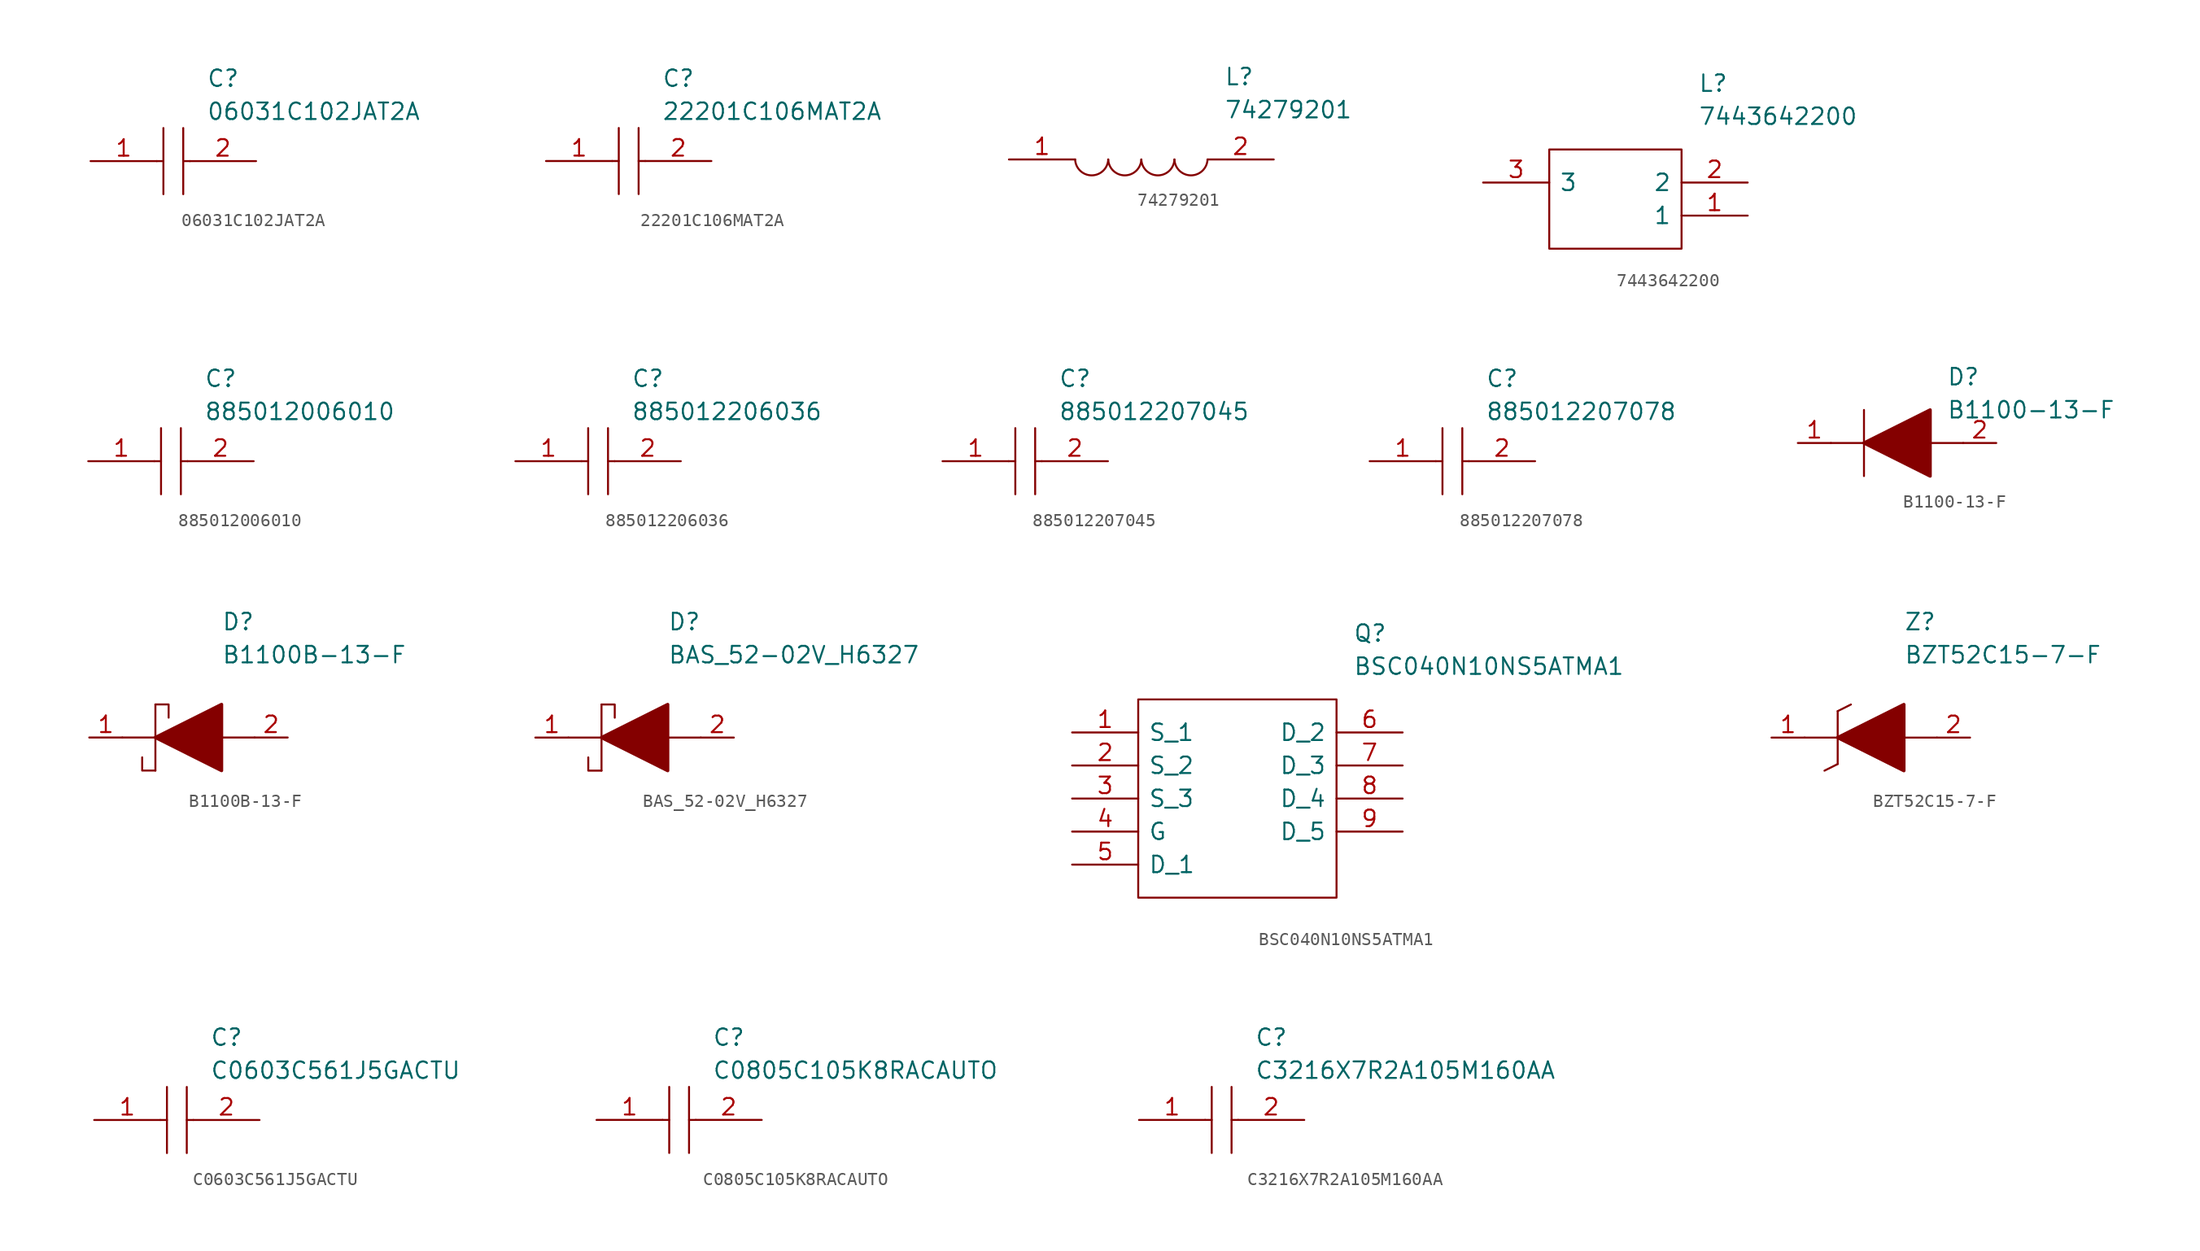
<source format=kicad_sym>
(kicad_symbol_lib
  (version 20211014)
  (generator kicad_symbol_editor)
  (symbol "06031C102JAT2A"
    (pin_names
      (offset 0.762))
    (property "Reference" "C"
      (at 8.89 6.35 0)
      (effects (font (size 1.27 1.27)) (justify left)))
    (property "Value" "06031C102JAT2A"
      (at 8.89 3.81 0)
      (effects (font (size 1.27 1.27)) (justify left)))
    (symbol "06031C102JAT2A_0_0"
      (pin passive line (at 0 0 0) (length 5.08) (name "~" (effects (font (size 1.27 1.27)))) (number "1" (effects (font (size 1.27 1.27)))))
      (pin passive line (at 12.7 0 180) (length 5.08) (name "~" (effects (font (size 1.27 1.27)))) (number "2" (effects (font (size 1.27 1.27))))))
    (symbol "06031C102JAT2A_0_1"
      (polyline (pts (xy 5.08 0) (xy 5.588 0)) (stroke (width 0.152) (type default) (color 0 0 0 0)) (fill (type none)))
      (polyline (pts (xy 5.588 2.54) (xy 5.588 -2.54)) (stroke (width 0.152) (type default) (color 0 0 0 0)) (fill (type none)))
      (polyline (pts (xy 7.112 0) (xy 7.62 0)) (stroke (width 0.152) (type default) (color 0 0 0 0)) (fill (type none)))
      (polyline (pts (xy 7.112 2.54) (xy 7.112 -2.54)) (stroke (width 0.152) (type default) (color 0 0 0 0)) (fill (type none)))))
  (symbol "22201C106MAT2A"
    (pin_names
      (offset 0.762))
    (property "Reference" "C"
      (at 8.89 6.35 0)
      (effects (font (size 1.27 1.27)) (justify left)))
    (property "Value" "22201C106MAT2A"
      (at 8.89 3.81 0)
      (effects (font (size 1.27 1.27)) (justify left)))
    (symbol "22201C106MAT2A_0_0"
      (pin passive line (at 0 0 0) (length 5.08) (name "~" (effects (font (size 1.27 1.27)))) (number "1" (effects (font (size 1.27 1.27)))))
      (pin passive line (at 12.7 0 180) (length 5.08) (name "~" (effects (font (size 1.27 1.27)))) (number "2" (effects (font (size 1.27 1.27))))))
    (symbol "22201C106MAT2A_0_1"
      (polyline (pts (xy 5.08 0) (xy 5.588 0)) (stroke (width 0.152) (type default) (color 0 0 0 0)) (fill (type none)))
      (polyline (pts (xy 5.588 2.54) (xy 5.588 -2.54)) (stroke (width 0.152) (type default) (color 0 0 0 0)) (fill (type none)))
      (polyline (pts (xy 7.112 0) (xy 7.62 0)) (stroke (width 0.152) (type default) (color 0 0 0 0)) (fill (type none)))
      (polyline (pts (xy 7.112 2.54) (xy 7.112 -2.54)) (stroke (width 0.152) (type default) (color 0 0 0 0)) (fill (type none)))))
  (symbol "74279201"
    (pin_names
      (offset 0.762))
    (property "Reference" "L"
      (at 16.51 6.35 0)
      (effects (font (size 1.27 1.27)) (justify left)))
    (property "Value" "74279201"
      (at 16.51 3.81 0)
      (effects (font (size 1.27 1.27)) (justify left)))
    (symbol "74279201_0_0"
      (pin passive line (at 0 0 0) (length 5.08) (name "~" (effects (font (size 1.27 1.27)))) (number "1" (effects (font (size 1.27 1.27)))))
      (pin passive line (at 20.32 0 180) (length 5.08) (name "~" (effects (font (size 1.27 1.27)))) (number "2" (effects (font (size 1.27 1.27))))))
    (symbol "74279201_0_1"
      (arc (start 5.08 0) (mid 6.35 -1.3218) (end 7.62 0) (stroke (width 0.1524) (type default) (color 0 0 0 0)) (fill (type none)))
      (arc (start 7.62 0) (mid 8.89 -1.3218) (end 10.16 0) (stroke (width 0.1524) (type default) (color 0 0 0 0)) (fill (type none)))
      (arc (start 10.16 0) (mid 11.43 -1.3218) (end 12.7 0) (stroke (width 0.1524) (type default) (color 0 0 0 0)) (fill (type none)))
      (arc (start 12.7 0) (mid 13.97 -1.3218) (end 15.24 0) (stroke (width 0.1524) (type default) (color 0 0 0 0)) (fill (type none)))))
  (symbol "7443642200"
    (pin_names
      (offset 0.762))
    (property "Reference" "L"
      (at 16.51 7.62 0)
      (effects (font (size 1.27 1.27)) (justify left)))
    (property "Value" "7443642200"
      (at 16.51 5.08 0)
      (effects (font (size 1.27 1.27)) (justify left)))
    (symbol "7443642200_0_0"
      (pin passive line (at 20.32 -2.54 180) (length 5.08) (name "1" (effects (font (size 1.27 1.27)))) (number "1" (effects (font (size 1.27 1.27)))))
      (pin passive line (at 20.32 0 180) (length 5.08) (name "2" (effects (font (size 1.27 1.27)))) (number "2" (effects (font (size 1.27 1.27)))))
      (pin passive line (at 0 0 0) (length 5.08) (name "3" (effects (font (size 1.27 1.27)))) (number "3" (effects (font (size 1.27 1.27))))))
    (symbol "7443642200_0_1"
      (polyline (pts (xy 5.08 2.54) (xy 15.24 2.54) (xy 15.24 -5.08) (xy 5.08 -5.08) (xy 5.08 2.54)) (stroke (width 0.152) (type default) (color 0 0 0 0)) (fill (type none)))))
  (symbol "885012006010"
    (pin_names
      (offset 0.762))
    (property "Reference" "C"
      (at 8.89 6.35 0)
      (effects (font (size 1.27 1.27)) (justify left)))
    (property "Value" "885012006010"
      (at 8.89 3.81 0)
      (effects (font (size 1.27 1.27)) (justify left)))
    (symbol "885012006010_0_0"
      (pin passive line (at 0 0 0) (length 5.08) (name "~" (effects (font (size 1.27 1.27)))) (number "1" (effects (font (size 1.27 1.27)))))
      (pin passive line (at 12.7 0 180) (length 5.08) (name "~" (effects (font (size 1.27 1.27)))) (number "2" (effects (font (size 1.27 1.27))))))
    (symbol "885012006010_0_1"
      (polyline (pts (xy 5.08 0) (xy 5.588 0)) (stroke (width 0.152) (type default) (color 0 0 0 0)) (fill (type none)))
      (polyline (pts (xy 5.588 2.54) (xy 5.588 -2.54)) (stroke (width 0.152) (type default) (color 0 0 0 0)) (fill (type none)))
      (polyline (pts (xy 7.112 0) (xy 7.62 0)) (stroke (width 0.152) (type default) (color 0 0 0 0)) (fill (type none)))
      (polyline (pts (xy 7.112 2.54) (xy 7.112 -2.54)) (stroke (width 0.152) (type default) (color 0 0 0 0)) (fill (type none)))))
  (symbol "885012206036"
    (pin_names
      (offset 0.762))
    (property "Reference" "C"
      (at 8.89 6.35 0)
      (effects (font (size 1.27 1.27)) (justify left)))
    (property "Value" "885012206036"
      (at 8.89 3.81 0)
      (effects (font (size 1.27 1.27)) (justify left)))
    (symbol "885012206036_0_0"
      (pin passive line (at 0 0 0) (length 5.08) (name "~" (effects (font (size 1.27 1.27)))) (number "1" (effects (font (size 1.27 1.27)))))
      (pin passive line (at 12.7 0 180) (length 5.08) (name "~" (effects (font (size 1.27 1.27)))) (number "2" (effects (font (size 1.27 1.27))))))
    (symbol "885012206036_0_1"
      (polyline (pts (xy 5.08 0) (xy 5.588 0)) (stroke (width 0.152) (type default) (color 0 0 0 0)) (fill (type none)))
      (polyline (pts (xy 5.588 2.54) (xy 5.588 -2.54)) (stroke (width 0.152) (type default) (color 0 0 0 0)) (fill (type none)))
      (polyline (pts (xy 7.112 0) (xy 7.62 0)) (stroke (width 0.152) (type default) (color 0 0 0 0)) (fill (type none)))
      (polyline (pts (xy 7.112 2.54) (xy 7.112 -2.54)) (stroke (width 0.152) (type default) (color 0 0 0 0)) (fill (type none)))))
  (symbol "885012207045"
    (pin_names
      (offset 0.762))
    (property "Reference" "C"
      (at 8.89 6.35 0)
      (effects (font (size 1.27 1.27)) (justify left)))
    (property "Value" "885012207045"
      (at 8.89 3.81 0)
      (effects (font (size 1.27 1.27)) (justify left)))
    (symbol "885012207045_0_0"
      (pin passive line (at 0 0 0) (length 5.08) (name "~" (effects (font (size 1.27 1.27)))) (number "1" (effects (font (size 1.27 1.27)))))
      (pin passive line (at 12.7 0 180) (length 5.08) (name "~" (effects (font (size 1.27 1.27)))) (number "2" (effects (font (size 1.27 1.27))))))
    (symbol "885012207045_0_1"
      (polyline (pts (xy 5.08 0) (xy 5.588 0)) (stroke (width 0.152) (type default) (color 0 0 0 0)) (fill (type none)))
      (polyline (pts (xy 5.588 2.54) (xy 5.588 -2.54)) (stroke (width 0.152) (type default) (color 0 0 0 0)) (fill (type none)))
      (polyline (pts (xy 7.112 0) (xy 7.62 0)) (stroke (width 0.152) (type default) (color 0 0 0 0)) (fill (type none)))
      (polyline (pts (xy 7.112 2.54) (xy 7.112 -2.54)) (stroke (width 0.152) (type default) (color 0 0 0 0)) (fill (type none)))))
  (symbol "885012207078"
    (pin_names
      (offset 0.762))
    (property "Reference" "C"
      (at 8.89 6.35 0)
      (effects (font (size 1.27 1.27)) (justify left)))
    (property "Value" "885012207078"
      (at 8.89 3.81 0)
      (effects (font (size 1.27 1.27)) (justify left)))
    (symbol "885012207078_0_0"
      (pin passive line (at 0 0 0) (length 5.08) (name "~" (effects (font (size 1.27 1.27)))) (number "1" (effects (font (size 1.27 1.27)))))
      (pin passive line (at 12.7 0 180) (length 5.08) (name "~" (effects (font (size 1.27 1.27)))) (number "2" (effects (font (size 1.27 1.27))))))
    (symbol "885012207078_0_1"
      (polyline (pts (xy 5.08 0) (xy 5.588 0)) (stroke (width 0.152) (type default) (color 0 0 0 0)) (fill (type none)))
      (polyline (pts (xy 5.588 2.54) (xy 5.588 -2.54)) (stroke (width 0.152) (type default) (color 0 0 0 0)) (fill (type none)))
      (polyline (pts (xy 7.112 0) (xy 7.62 0)) (stroke (width 0.152) (type default) (color 0 0 0 0)) (fill (type none)))
      (polyline (pts (xy 7.112 2.54) (xy 7.112 -2.54)) (stroke (width 0.152) (type default) (color 0 0 0 0)) (fill (type none)))))
  (symbol "B1100-13-F"
    (pin_names
      (offset 0.762))
    (property "Reference" "D"
      (at 11.43 5.08 0)
      (effects (font (size 1.27 1.27)) (justify left)))
    (property "Value" "B1100-13-F"
      (at 11.43 2.54 0)
      (effects (font (size 1.27 1.27)) (justify left)))
    (symbol "B1100-13-F_0_0"
      (pin passive line (at 0 0 0) (length 2.54) (name "~" (effects (font (size 1.27 1.27)))) (number "1" (effects (font (size 1.27 1.27)))))
      (pin passive line (at 15.24 0 180) (length 2.54) (name "~" (effects (font (size 1.27 1.27)))) (number "2" (effects (font (size 1.27 1.27))))))
    (symbol "B1100-13-F_0_1"
      (polyline (pts (xy 2.54 0) (xy 5.08 0)) (stroke (width 0.152) (type default) (color 0 0 0 0)) (fill (type none)))
      (polyline (pts (xy 5.08 2.54) (xy 5.08 -2.54)) (stroke (width 0.152) (type default) (color 0 0 0 0)) (fill (type none)))
      (polyline (pts (xy 10.16 0) (xy 12.7 0)) (stroke (width 0.152) (type default) (color 0 0 0 0)) (fill (type none)))
      (polyline (pts (xy 5.08 0) (xy 10.16 2.54) (xy 10.16 -2.54) (xy 5.08 0)) (stroke (width 0.254) (type default) (color 0 0 0 0)) (fill (type outline)))))
  (symbol "B1100B-13-F"
    (pin_names
      (offset 0.762))
    (property "Reference" "D"
      (at 12.7 8.89 0)
      (effects (font (size 1.27 1.27)) (justify left)))
    (property "Value" "B1100B-13-F"
      (at 12.7 6.35 0)
      (effects (font (size 1.27 1.27)) (justify left)))
    (symbol "B1100B-13-F_0_0"
      (pin passive line (at 2.54 0 0) (length 2.54) (name "~" (effects (font (size 1.27 1.27)))) (number "1" (effects (font (size 1.27 1.27)))))
      (pin passive line (at 17.78 0 180) (length 2.54) (name "~" (effects (font (size 1.27 1.27)))) (number "2" (effects (font (size 1.27 1.27))))))
    (symbol "B1100B-13-F_0_1"
      (polyline (pts (xy 5.08 0) (xy 7.62 0)) (stroke (width 0.152) (type default) (color 0 0 0 0)) (fill (type none)))
      (polyline (pts (xy 7.62 2.54) (xy 7.62 -2.54)) (stroke (width 0.152) (type default) (color 0 0 0 0)) (fill (type none)))
      (polyline (pts (xy 12.7 0) (xy 15.24 0)) (stroke (width 0.152) (type default) (color 0 0 0 0)) (fill (type none)))
      (polyline (pts (xy 7.62 -2.54) (xy 6.604 -2.54) (xy 6.604 -1.524)) (stroke (width 0.152) (type default) (color 0 0 0 0)) (fill (type none)))
      (polyline (pts (xy 7.62 2.54) (xy 8.636 2.54) (xy 8.636 1.524)) (stroke (width 0.152) (type default) (color 0 0 0 0)) (fill (type none)))
      (polyline (pts (xy 7.62 0) (xy 12.7 2.54) (xy 12.7 -2.54) (xy 7.62 0)) (stroke (width 0.254) (type default) (color 0 0 0 0)) (fill (type outline)))))
  (symbol "BAS_52-02V_H6327"
    (pin_names
      (offset 0.762))
    (property "Reference" "D"
      (at 12.7 8.89 0)
      (effects (font (size 1.27 1.27)) (justify left)))
    (property "Value" "BAS_52-02V_H6327"
      (at 12.7 6.35 0)
      (effects (font (size 1.27 1.27)) (justify left)))
    (symbol "BAS_52-02V_H6327_0_0"
      (pin passive line (at 2.54 0 0) (length 2.54) (name "~" (effects (font (size 1.27 1.27)))) (number "1" (effects (font (size 1.27 1.27)))))
      (pin passive line (at 17.78 0 180) (length 2.54) (name "~" (effects (font (size 1.27 1.27)))) (number "2" (effects (font (size 1.27 1.27))))))
    (symbol "BAS_52-02V_H6327_0_1"
      (polyline (pts (xy 5.08 0) (xy 7.62 0)) (stroke (width 0.152) (type default) (color 0 0 0 0)) (fill (type none)))
      (polyline (pts (xy 7.62 2.54) (xy 7.62 -2.54)) (stroke (width 0.152) (type default) (color 0 0 0 0)) (fill (type none)))
      (polyline (pts (xy 12.7 0) (xy 15.24 0)) (stroke (width 0.152) (type default) (color 0 0 0 0)) (fill (type none)))
      (polyline (pts (xy 7.62 -2.54) (xy 6.604 -2.54) (xy 6.604 -1.524)) (stroke (width 0.152) (type default) (color 0 0 0 0)) (fill (type none)))
      (polyline (pts (xy 7.62 2.54) (xy 8.636 2.54) (xy 8.636 1.524)) (stroke (width 0.152) (type default) (color 0 0 0 0)) (fill (type none)))
      (polyline (pts (xy 7.62 0) (xy 12.7 2.54) (xy 12.7 -2.54) (xy 7.62 0)) (stroke (width 0.254) (type default) (color 0 0 0 0)) (fill (type outline)))))
  (symbol "BSC040N10NS5ATMA1"
    (pin_names
      (offset 0.762))
    (property "Reference" "Q"
      (at 21.59 7.62 0)
      (effects (font (size 1.27 1.27)) (justify left)))
    (property "Value" "BSC040N10NS5ATMA1"
      (at 21.59 5.08 0)
      (effects (font (size 1.27 1.27)) (justify left)))
    (symbol "BSC040N10NS5ATMA1_0_0"
      (pin passive line (at 0 0 0) (length 5.08) (name "S_1" (effects (font (size 1.27 1.27)))) (number "1" (effects (font (size 1.27 1.27)))))
      (pin passive line (at 0 -2.54 0) (length 5.08) (name "S_2" (effects (font (size 1.27 1.27)))) (number "2" (effects (font (size 1.27 1.27)))))
      (pin passive line (at 0 -5.08 0) (length 5.08) (name "S_3" (effects (font (size 1.27 1.27)))) (number "3" (effects (font (size 1.27 1.27)))))
      (pin passive line (at 0 -7.62 0) (length 5.08) (name "G" (effects (font (size 1.27 1.27)))) (number "4" (effects (font (size 1.27 1.27)))))
      (pin passive line (at 0 -10.16 0) (length 5.08) (name "D_1" (effects (font (size 1.27 1.27)))) (number "5" (effects (font (size 1.27 1.27)))))
      (pin passive line (at 25.4 0 180) (length 5.08) (name "D_2" (effects (font (size 1.27 1.27)))) (number "6" (effects (font (size 1.27 1.27)))))
      (pin passive line (at 25.4 -2.54 180) (length 5.08) (name "D_3" (effects (font (size 1.27 1.27)))) (number "7" (effects (font (size 1.27 1.27)))))
      (pin passive line (at 25.4 -5.08 180) (length 5.08) (name "D_4" (effects (font (size 1.27 1.27)))) (number "8" (effects (font (size 1.27 1.27)))))
      (pin passive line (at 25.4 -7.62 180) (length 5.08) (name "D_5" (effects (font (size 1.27 1.27)))) (number "9" (effects (font (size 1.27 1.27))))))
    (symbol "BSC040N10NS5ATMA1_0_1"
      (polyline (pts (xy 5.08 2.54) (xy 20.32 2.54) (xy 20.32 -12.7) (xy 5.08 -12.7) (xy 5.08 2.54)) (stroke (width 0.152) (type default) (color 0 0 0 0)) (fill (type none)))))
  (symbol "BZT52C15-7-F"
    (pin_names
      (offset 0.762))
    (property "Reference" "Z"
      (at 10.16 8.89 0)
      (effects (font (size 1.27 1.27)) (justify left)))
    (property "Value" "BZT52C15-7-F"
      (at 10.16 6.35 0)
      (effects (font (size 1.27 1.27)) (justify left)))
    (symbol "BZT52C15-7-F_0_0"
      (pin passive line (at 0 0 0) (length 2.54) (name "~" (effects (font (size 1.27 1.27)))) (number "1" (effects (font (size 1.27 1.27)))))
      (pin passive line (at 15.24 0 180) (length 2.54) (name "~" (effects (font (size 1.27 1.27)))) (number "2" (effects (font (size 1.27 1.27))))))
    (symbol "BZT52C15-7-F_0_1"
      (polyline (pts (xy 2.54 0) (xy 5.08 0)) (stroke (width 0.152) (type default) (color 0 0 0 0)) (fill (type none)))
      (polyline (pts (xy 4.064 -2.54) (xy 5.08 -2.032)) (stroke (width 0.152) (type default) (color 0 0 0 0)) (fill (type none)))
      (polyline (pts (xy 5.08 2.032) (xy 5.08 -2.032)) (stroke (width 0.152) (type default) (color 0 0 0 0)) (fill (type none)))
      (polyline (pts (xy 5.08 2.032) (xy 6.096 2.54)) (stroke (width 0.152) (type default) (color 0 0 0 0)) (fill (type none)))
      (polyline (pts (xy 12.7 0) (xy 10.16 0)) (stroke (width 0.152) (type default) (color 0 0 0 0)) (fill (type none)))
      (polyline (pts (xy 5.08 0) (xy 10.16 2.54) (xy 10.16 -2.54) (xy 5.08 0)) (stroke (width 0.254) (type default) (color 0 0 0 0)) (fill (type outline)))))
  (symbol "C0603C561J5GACTU"
    (pin_names
      (offset 0.762))
    (property "Reference" "C"
      (at 8.89 6.35 0)
      (effects (font (size 1.27 1.27)) (justify left)))
    (property "Value" "C0603C561J5GACTU"
      (at 8.89 3.81 0)
      (effects (font (size 1.27 1.27)) (justify left)))
    (symbol "C0603C561J5GACTU_0_0"
      (pin passive line (at 0 0 0) (length 5.08) (name "~" (effects (font (size 1.27 1.27)))) (number "1" (effects (font (size 1.27 1.27)))))
      (pin passive line (at 12.7 0 180) (length 5.08) (name "~" (effects (font (size 1.27 1.27)))) (number "2" (effects (font (size 1.27 1.27))))))
    (symbol "C0603C561J5GACTU_0_1"
      (polyline (pts (xy 5.08 0) (xy 5.588 0)) (stroke (width 0.152) (type default) (color 0 0 0 0)) (fill (type none)))
      (polyline (pts (xy 5.588 2.54) (xy 5.588 -2.54)) (stroke (width 0.152) (type default) (color 0 0 0 0)) (fill (type none)))
      (polyline (pts (xy 7.112 0) (xy 7.62 0)) (stroke (width 0.152) (type default) (color 0 0 0 0)) (fill (type none)))
      (polyline (pts (xy 7.112 2.54) (xy 7.112 -2.54)) (stroke (width 0.152) (type default) (color 0 0 0 0)) (fill (type none)))))
  (symbol "C0805C105K8RACAUTO"
    (pin_names
      (offset 0.762))
    (property "Reference" "C"
      (at 8.89 6.35 0)
      (effects (font (size 1.27 1.27)) (justify left)))
    (property "Value" "C0805C105K8RACAUTO"
      (at 8.89 3.81 0)
      (effects (font (size 1.27 1.27)) (justify left)))
    (symbol "C0805C105K8RACAUTO_0_0"
      (pin passive line (at 0 0 0) (length 5.08) (name "~" (effects (font (size 1.27 1.27)))) (number "1" (effects (font (size 1.27 1.27)))))
      (pin passive line (at 12.7 0 180) (length 5.08) (name "~" (effects (font (size 1.27 1.27)))) (number "2" (effects (font (size 1.27 1.27))))))
    (symbol "C0805C105K8RACAUTO_0_1"
      (polyline (pts (xy 5.08 0) (xy 5.588 0)) (stroke (width 0.152) (type default) (color 0 0 0 0)) (fill (type none)))
      (polyline (pts (xy 5.588 2.54) (xy 5.588 -2.54)) (stroke (width 0.152) (type default) (color 0 0 0 0)) (fill (type none)))
      (polyline (pts (xy 7.112 0) (xy 7.62 0)) (stroke (width 0.152) (type default) (color 0 0 0 0)) (fill (type none)))
      (polyline (pts (xy 7.112 2.54) (xy 7.112 -2.54)) (stroke (width 0.152) (type default) (color 0 0 0 0)) (fill (type none)))))
  (symbol "C3216X7R2A105M160AA"
    (pin_names
      (offset 0.762))
    (property "Reference" "C"
      (at 8.89 6.35 0)
      (effects (font (size 1.27 1.27)) (justify left)))
    (property "Value" "C3216X7R2A105M160AA"
      (at 8.89 3.81 0)
      (effects (font (size 1.27 1.27)) (justify left)))
    (symbol "C3216X7R2A105M160AA_0_0"
      (pin passive line (at 0 0 0) (length 5.08) (name "~" (effects (font (size 1.27 1.27)))) (number "1" (effects (font (size 1.27 1.27)))))
      (pin passive line (at 12.7 0 180) (length 5.08) (name "~" (effects (font (size 1.27 1.27)))) (number "2" (effects (font (size 1.27 1.27))))))
    (symbol "C3216X7R2A105M160AA_0_1"
      (polyline (pts (xy 5.08 0) (xy 5.588 0)) (stroke (width 0.152) (type default) (color 0 0 0 0)) (fill (type none)))
      (polyline (pts (xy 5.588 2.54) (xy 5.588 -2.54)) (stroke (width 0.152) (type default) (color 0 0 0 0)) (fill (type none)))
      (polyline (pts (xy 7.112 0) (xy 7.62 0)) (stroke (width 0.152) (type default) (color 0 0 0 0)) (fill (type none)))
      (polyline (pts (xy 7.112 2.54) (xy 7.112 -2.54)) (stroke (width 0.152) (type default) (color 0 0 0 0)) (fill (type none))))))
</source>
